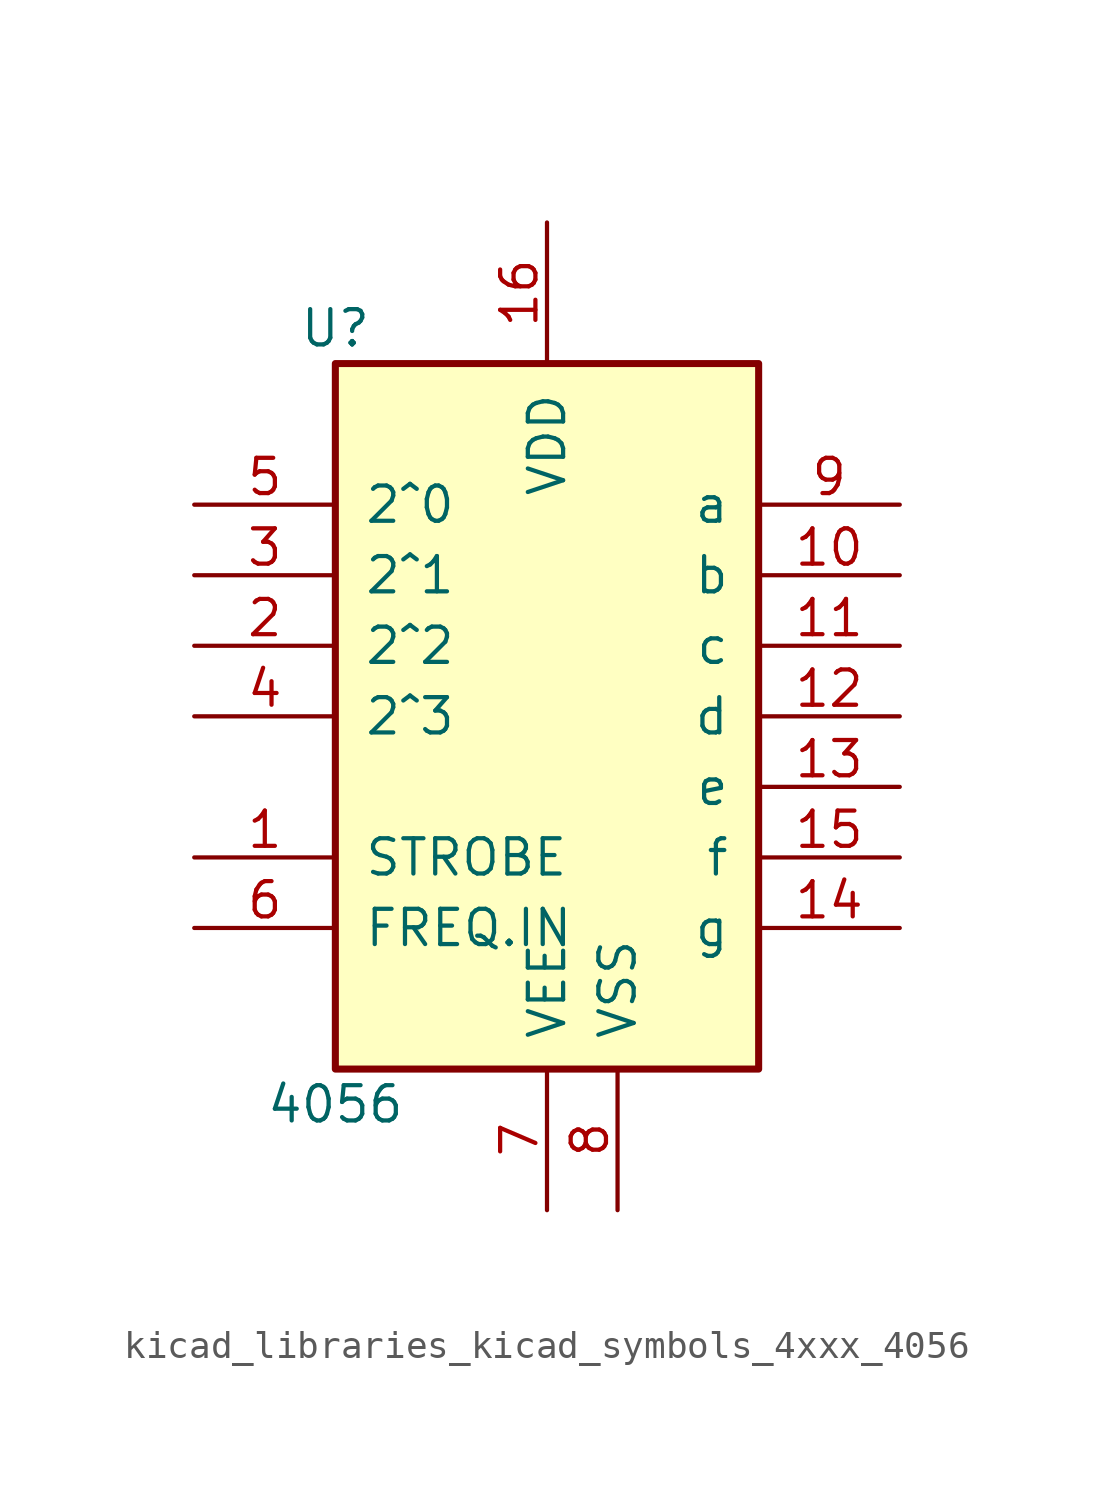
<source format=kicad_sym>
(kicad_symbol_lib
  (version 20220914)
  (generator kicad_symbol_editor)
  (symbol "kicad_libraries_kicad_symbols_4xxx_4056"
    (pin_names
      (offset 1.016))
    (property "Reference" "U"
      (at -7.62 13.97 0)
      (effects (font (size 1.27 1.27))))
    (property "Value" "4056"
      (at -7.62 -13.97 0)
      (effects (font (size 1.27 1.27))))
    (property "ki_locked" ""
      (at 0 0 0)
      (effects (font (size 1.27 1.27))))
    (symbol "kicad_libraries_kicad_symbols_4xxx_4056_1_0"
      (pin input line (at -12.7 -5.08 0) (length 5.08) (name "STROBE" (effects (font (size 1.27 1.27)))) (number "1" (effects (font (size 1.27 1.27)))))
      (pin output line (at 12.7 5.08 180) (length 5.08) (name "b" (effects (font (size 1.27 1.27)))) (number "10" (effects (font (size 1.27 1.27)))))
      (pin output line (at 12.7 2.54 180) (length 5.08) (name "c" (effects (font (size 1.27 1.27)))) (number "11" (effects (font (size 1.27 1.27)))))
      (pin output line (at 12.7 0 180) (length 5.08) (name "d" (effects (font (size 1.27 1.27)))) (number "12" (effects (font (size 1.27 1.27)))))
      (pin output line (at 12.7 -2.54 180) (length 5.08) (name "e" (effects (font (size 1.27 1.27)))) (number "13" (effects (font (size 1.27 1.27)))))
      (pin output line (at 12.7 -7.62 180) (length 5.08) (name "g" (effects (font (size 1.27 1.27)))) (number "14" (effects (font (size 1.27 1.27)))))
      (pin output line (at 12.7 -5.08 180) (length 5.08) (name "f" (effects (font (size 1.27 1.27)))) (number "15" (effects (font (size 1.27 1.27)))))
      (pin power_in line (at 0 17.78 270) (length 5.08) (name "VDD" (effects (font (size 1.27 1.27)))) (number "16" (effects (font (size 1.27 1.27)))))
      (pin input line (at -12.7 2.54 0) (length 5.08) (name "2^2" (effects (font (size 1.27 1.27)))) (number "2" (effects (font (size 1.27 1.27)))))
      (pin input line (at -12.7 5.08 0) (length 5.08) (name "2^1" (effects (font (size 1.27 1.27)))) (number "3" (effects (font (size 1.27 1.27)))))
      (pin input line (at -12.7 0 0) (length 5.08) (name "2^3" (effects (font (size 1.27 1.27)))) (number "4" (effects (font (size 1.27 1.27)))))
      (pin input line (at -12.7 7.62 0) (length 5.08) (name "2^0" (effects (font (size 1.27 1.27)))) (number "5" (effects (font (size 1.27 1.27)))))
      (pin input line (at -12.7 -7.62 0) (length 5.08) (name "FREQ.IN" (effects (font (size 1.27 1.27)))) (number "6" (effects (font (size 1.27 1.27)))))
      (pin power_in line (at 0 -17.78 90) (length 5.08) (name "VEE" (effects (font (size 1.27 1.27)))) (number "7" (effects (font (size 1.27 1.27)))))
      (pin power_in line (at 2.54 -17.78 90) (length 5.08) (name "VSS" (effects (font (size 1.27 1.27)))) (number "8" (effects (font (size 1.27 1.27)))))
      (pin output line (at 12.7 7.62 180) (length 5.08) (name "a" (effects (font (size 1.27 1.27)))) (number "9" (effects (font (size 1.27 1.27))))))
    (symbol "kicad_libraries_kicad_symbols_4xxx_4056_1_1"
      (rectangle (start -7.62 12.7) (end 7.62 -12.7) (stroke (width 0.254) (type default)) (fill (type background))))))
</source>
